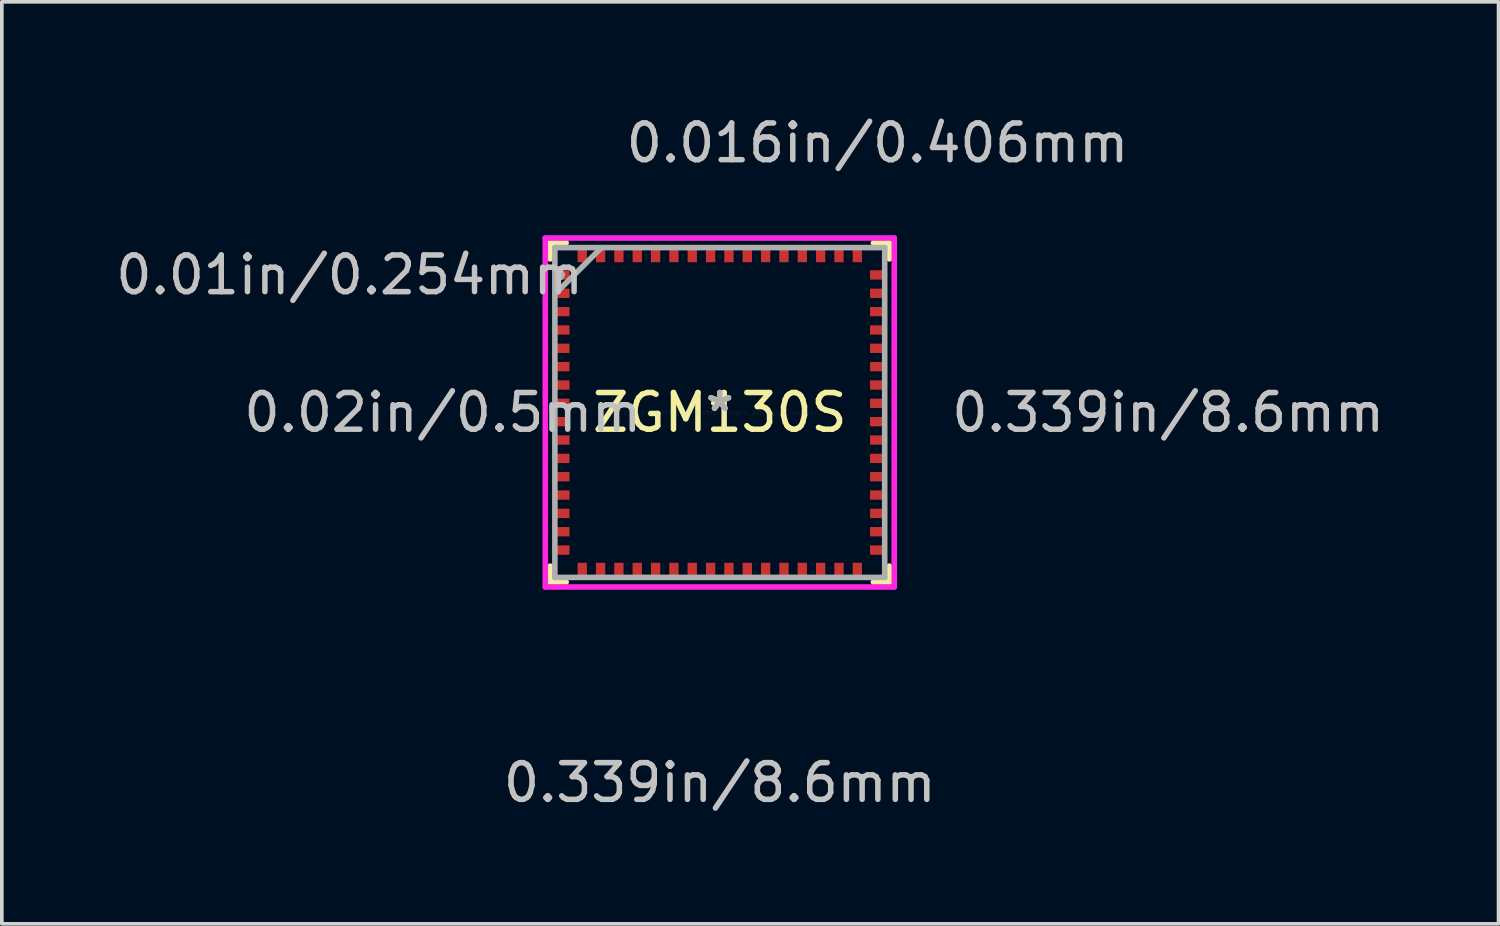
<source format=kicad_pcb>
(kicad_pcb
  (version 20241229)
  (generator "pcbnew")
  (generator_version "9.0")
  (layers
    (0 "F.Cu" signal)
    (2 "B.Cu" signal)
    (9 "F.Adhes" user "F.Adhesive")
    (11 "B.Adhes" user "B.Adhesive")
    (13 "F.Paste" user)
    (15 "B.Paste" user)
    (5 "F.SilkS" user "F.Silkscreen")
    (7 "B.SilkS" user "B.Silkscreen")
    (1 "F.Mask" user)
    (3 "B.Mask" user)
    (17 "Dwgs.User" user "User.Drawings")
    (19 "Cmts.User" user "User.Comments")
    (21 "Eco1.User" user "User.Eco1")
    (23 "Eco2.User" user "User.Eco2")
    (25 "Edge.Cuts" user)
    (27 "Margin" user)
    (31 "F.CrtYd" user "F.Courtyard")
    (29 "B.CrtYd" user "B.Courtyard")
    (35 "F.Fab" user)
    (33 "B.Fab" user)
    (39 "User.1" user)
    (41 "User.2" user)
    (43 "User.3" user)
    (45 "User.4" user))
  (footprint "ZGM130S"
    (layer "F.Cu")
    (at 16.573 8.196)
    (property "Reference" "ZGM130S" (at 0 0 0) (layer "F.SilkS") (effects (font (size 1 1) (thickness 0.15))))
    (attr through_hole)
    (fp_line (start -4.623 -4.623) (end -4.623 -4.188) (stroke (width 0.152) (type solid)) (layer "F.SilkS"))
    (fp_line (start -4.623 4.188) (end -4.623 4.623) (stroke (width 0.152) (type solid)) (layer "F.SilkS"))
    (fp_line (start -4.623 4.623) (end -4.188 4.623) (stroke (width 0.152) (type solid)) (layer "F.SilkS"))
    (fp_line (start -4.188 -4.623) (end -4.623 -4.623) (stroke (width 0.152) (type solid)) (layer "F.SilkS"))
    (fp_line (start 4.188 4.623) (end 4.623 4.623) (stroke (width 0.152) (type solid)) (layer "F.SilkS"))
    (fp_line (start 4.623 -4.623) (end 4.188 -4.623) (stroke (width 0.152) (type solid)) (layer "F.SilkS"))
    (fp_line (start 4.623 -4.188) (end 4.623 -4.623) (stroke (width 0.152) (type solid)) (layer "F.SilkS"))
    (fp_line (start 4.623 4.623) (end 4.623 4.188) (stroke (width 0.152) (type solid)) (layer "F.SilkS"))
    (fp_line (start -4.757 -4.757) (end 4.757 -4.757) (stroke (width 0.152) (type solid)) (layer "F.CrtYd"))
    (fp_line (start -4.757 4.757) (end -4.757 -4.757) (stroke (width 0.152) (type solid)) (layer "F.CrtYd"))
    (fp_line (start 4.757 -4.757) (end 4.757 4.757) (stroke (width 0.152) (type solid)) (layer "F.CrtYd"))
    (fp_line (start 4.757 4.757) (end -4.757 4.757) (stroke (width 0.152) (type solid)) (layer "F.CrtYd"))
    (fp_line (start -4.496 -4.496) (end -4.496 4.496) (stroke (width 0.152) (type solid)) (layer "F.Fab"))
    (fp_line (start -4.496 -3.226) (end -3.226 -4.496) (stroke (width 0.152) (type solid)) (layer "F.Fab"))
    (fp_line (start -4.496 4.496) (end 4.496 4.496) (stroke (width 0.152) (type solid)) (layer "F.Fab"))
    (fp_line (start 4.496 -4.496) (end -4.496 -4.496) (stroke (width 0.152) (type solid)) (layer "F.Fab"))
    (fp_line (start 4.496 4.496) (end 4.496 -4.496) (stroke (width 0.152) (type solid)) (layer "F.Fab"))
    (fp_circle (center -4.372 -3.75) (end -4.372 -3.75) (stroke (width 0.152) (type solid)) (fill no) (layer "F.Fab"))
    (fp_text user "*" (at 0 0 0) (layer "F.SilkS") (effects (font (size 1 1) (thickness 0.15))))
    (fp_text user "0.01in/0.254mm" (at -10.091 -3.75 0) (layer "Dwgs.User") (effects (font (size 1 1) (thickness 0.15))))
    (fp_text user "0.016in/0.406mm" (at 4.3 -7.348 0) (layer "Dwgs.User") (effects (font (size 1 1) (thickness 0.15))))
    (fp_text user "0.339in/8.6mm" (at 12.225 0 0) (layer "Dwgs.User") (effects (font (size 1 1) (thickness 0.15))))
    (fp_text user "0.02in/0.5mm" (at -7.551 0 0) (layer "Dwgs.User") (effects (font (size 1 1) (thickness 0.15))))
    (fp_text user "0.339in/8.6mm" (at 0 10.091 0) (layer "Dwgs.User") (effects (font (size 1 1) (thickness 0.15))))
    (fp_text user "Copyright 2016 Accelerated Designs. All rights reserved." (at 0 0 0) (layer "Cmts.User") (effects (font (size 0.127 0.127) (thickness 0.002))))
    (fp_text user "*" (at 0 0 0) (layer "F.Fab") (effects (font (size 1 1) (thickness 0.15))))
    (pad "1" smd rect (at -4.3 -3.75) (size 0.406 0.254) (layers "F.Cu" "F.Mask" "F.Paste"))
    (pad "2" smd rect (at -4.3 -3.25) (size 0.406 0.254) (layers "F.Cu" "F.Mask" "F.Paste"))
    (pad "3" smd rect (at -4.3 -2.75) (size 0.406 0.254) (layers "F.Cu" "F.Mask" "F.Paste"))
    (pad "4" smd rect (at -4.3 -2.25) (size 0.406 0.254) (layers "F.Cu" "F.Mask" "F.Paste"))
    (pad "5" smd rect (at -4.3 -1.75) (size 0.406 0.254) (layers "F.Cu" "F.Mask" "F.Paste"))
    (pad "6" smd rect (at -4.3 -1.25) (size 0.406 0.254) (layers "F.Cu" "F.Mask" "F.Paste"))
    (pad "7" smd rect (at -4.3 -0.75) (size 0.406 0.254) (layers "F.Cu" "F.Mask" "F.Paste"))
    (pad "8" smd rect (at -4.3 -0.25) (size 0.406 0.254) (layers "F.Cu" "F.Mask" "F.Paste"))
    (pad "9" smd rect (at -4.3 0.25) (size 0.406 0.254) (layers "F.Cu" "F.Mask" "F.Paste"))
    (pad "10" smd rect (at -4.3 0.75) (size 0.406 0.254) (layers "F.Cu" "F.Mask" "F.Paste"))
    (pad "11" smd rect (at -4.3 1.25) (size 0.406 0.254) (layers "F.Cu" "F.Mask" "F.Paste"))
    (pad "12" smd rect (at -4.3 1.75) (size 0.406 0.254) (layers "F.Cu" "F.Mask" "F.Paste"))
    (pad "13" smd rect (at -4.3 2.25) (size 0.406 0.254) (layers "F.Cu" "F.Mask" "F.Paste"))
    (pad "14" smd rect (at -4.3 2.75) (size 0.406 0.254) (layers "F.Cu" "F.Mask" "F.Paste"))
    (pad "15" smd rect (at -4.3 3.25) (size 0.406 0.254) (layers "F.Cu" "F.Mask" "F.Paste"))
    (pad "16" smd rect (at -4.3 3.75) (size 0.406 0.254) (layers "F.Cu" "F.Mask" "F.Paste"))
    (pad "17" smd rect (at -3.75 4.3 90) (size 0.406 0.254) (layers "F.Cu" "F.Mask" "F.Paste"))
    (pad "18" smd rect (at -3.25 4.3 90) (size 0.406 0.254) (layers "F.Cu" "F.Mask" "F.Paste"))
    (pad "19" smd rect (at -2.75 4.3 90) (size 0.406 0.254) (layers "F.Cu" "F.Mask" "F.Paste"))
    (pad "20" smd rect (at -2.25 4.3 90) (size 0.406 0.254) (layers "F.Cu" "F.Mask" "F.Paste"))
    (pad "21" smd rect (at -1.75 4.3 90) (size 0.406 0.254) (layers "F.Cu" "F.Mask" "F.Paste"))
    (pad "22" smd rect (at -1.25 4.3 90) (size 0.406 0.254) (layers "F.Cu" "F.Mask" "F.Paste"))
    (pad "23" smd rect (at -0.75 4.3 90) (size 0.406 0.254) (layers "F.Cu" "F.Mask" "F.Paste"))
    (pad "24" smd rect (at -0.25 4.3 90) (size 0.406 0.254) (layers "F.Cu" "F.Mask" "F.Paste"))
    (pad "25" smd rect (at 0.25 4.3 90) (size 0.406 0.254) (layers "F.Cu" "F.Mask" "F.Paste"))
    (pad "26" smd rect (at 0.75 4.3 90) (size 0.406 0.254) (layers "F.Cu" "F.Mask" "F.Paste"))
    (pad "27" smd rect (at 1.25 4.3 90) (size 0.406 0.254) (layers "F.Cu" "F.Mask" "F.Paste"))
    (pad "28" smd rect (at 1.75 4.3 90) (size 0.406 0.254) (layers "F.Cu" "F.Mask" "F.Paste"))
    (pad "29" smd rect (at 2.25 4.3 90) (size 0.406 0.254) (layers "F.Cu" "F.Mask" "F.Paste"))
    (pad "30" smd rect (at 2.75 4.3 90) (size 0.406 0.254) (layers "F.Cu" "F.Mask" "F.Paste"))
    (pad "31" smd rect (at 3.25 4.3 90) (size 0.406 0.254) (layers "F.Cu" "F.Mask" "F.Paste"))
    (pad "32" smd rect (at 3.75 4.3 90) (size 0.406 0.254) (layers "F.Cu" "F.Mask" "F.Paste"))
    (pad "33" smd rect (at 4.3 3.75) (size 0.406 0.254) (layers "F.Cu" "F.Mask" "F.Paste"))
    (pad "34" smd rect (at 4.3 3.25) (size 0.406 0.254) (layers "F.Cu" "F.Mask" "F.Paste"))
    (pad "35" smd rect (at 4.3 2.75) (size 0.406 0.254) (layers "F.Cu" "F.Mask" "F.Paste"))
    (pad "36" smd rect (at 4.3 2.25) (size 0.406 0.254) (layers "F.Cu" "F.Mask" "F.Paste"))
    (pad "37" smd rect (at 4.3 1.75) (size 0.406 0.254) (layers "F.Cu" "F.Mask" "F.Paste"))
    (pad "38" smd rect (at 4.3 1.25) (size 0.406 0.254) (layers "F.Cu" "F.Mask" "F.Paste"))
    (pad "39" smd rect (at 4.3 0.75) (size 0.406 0.254) (layers "F.Cu" "F.Mask" "F.Paste"))
    (pad "40" smd rect (at 4.3 0.25) (size 0.406 0.254) (layers "F.Cu" "F.Mask" "F.Paste"))
    (pad "41" smd rect (at 4.3 -0.25) (size 0.406 0.254) (layers "F.Cu" "F.Mask" "F.Paste"))
    (pad "42" smd rect (at 4.3 -0.75) (size 0.406 0.254) (layers "F.Cu" "F.Mask" "F.Paste"))
    (pad "43" smd rect (at 4.3 -1.25) (size 0.406 0.254) (layers "F.Cu" "F.Mask" "F.Paste"))
    (pad "44" smd rect (at 4.3 -1.75) (size 0.406 0.254) (layers "F.Cu" "F.Mask" "F.Paste"))
    (pad "45" smd rect (at 4.3 -2.25) (size 0.406 0.254) (layers "F.Cu" "F.Mask" "F.Paste"))
    (pad "46" smd rect (at 4.3 -2.75) (size 0.406 0.254) (layers "F.Cu" "F.Mask" "F.Paste"))
    (pad "47" smd rect (at 4.3 -3.25) (size 0.406 0.254) (layers "F.Cu" "F.Mask" "F.Paste"))
    (pad "48" smd rect (at 4.3 -3.75) (size 0.406 0.254) (layers "F.Cu" "F.Mask" "F.Paste"))
    (pad "49" smd rect (at 3.75 -4.3 90) (size 0.406 0.254) (layers "F.Cu" "F.Mask" "F.Paste"))
    (pad "50" smd rect (at 3.25 -4.3 90) (size 0.406 0.254) (layers "F.Cu" "F.Mask" "F.Paste"))
    (pad "51" smd rect (at 2.75 -4.3 90) (size 0.406 0.254) (layers "F.Cu" "F.Mask" "F.Paste"))
    (pad "52" smd rect (at 2.25 -4.3 90) (size 0.406 0.254) (layers "F.Cu" "F.Mask" "F.Paste"))
    (pad "53" smd rect (at 1.75 -4.3 90) (size 0.406 0.254) (layers "F.Cu" "F.Mask" "F.Paste"))
    (pad "54" smd rect (at 1.25 -4.3 90) (size 0.406 0.254) (layers "F.Cu" "F.Mask" "F.Paste"))
    (pad "55" smd rect (at 0.75 -4.3 90) (size 0.406 0.254) (layers "F.Cu" "F.Mask" "F.Paste"))
    (pad "56" smd rect (at 0.25 -4.3 90) (size 0.406 0.254) (layers "F.Cu" "F.Mask" "F.Paste"))
    (pad "57" smd rect (at -0.25 -4.3 90) (size 0.406 0.254) (layers "F.Cu" "F.Mask" "F.Paste"))
    (pad "58" smd rect (at -0.75 -4.3 90) (size 0.406 0.254) (layers "F.Cu" "F.Mask" "F.Paste"))
    (pad "59" smd rect (at -1.25 -4.3 90) (size 0.406 0.254) (layers "F.Cu" "F.Mask" "F.Paste"))
    (pad "60" smd rect (at -1.75 -4.3 90) (size 0.406 0.254) (layers "F.Cu" "F.Mask" "F.Paste"))
    (pad "61" smd rect (at -2.25 -4.3 90) (size 0.406 0.254) (layers "F.Cu" "F.Mask" "F.Paste"))
    (pad "62" smd rect (at -2.75 -4.3 90) (size 0.406 0.254) (layers "F.Cu" "F.Mask" "F.Paste"))
    (pad "63" smd rect (at -3.25 -4.3 90) (size 0.406 0.254) (layers "F.Cu" "F.Mask" "F.Paste"))
    (pad "64" smd rect (at -3.75 -4.3 90) (size 0.406 0.254) (layers "F.Cu" "F.Mask" "F.Paste")))
  (gr_rect
    (start -3 -3)
    (end 37.804 22.136)
    (stroke (width 0.1) (type default))
    (fill no)
    (layer "Edge.Cuts")))
</source>
